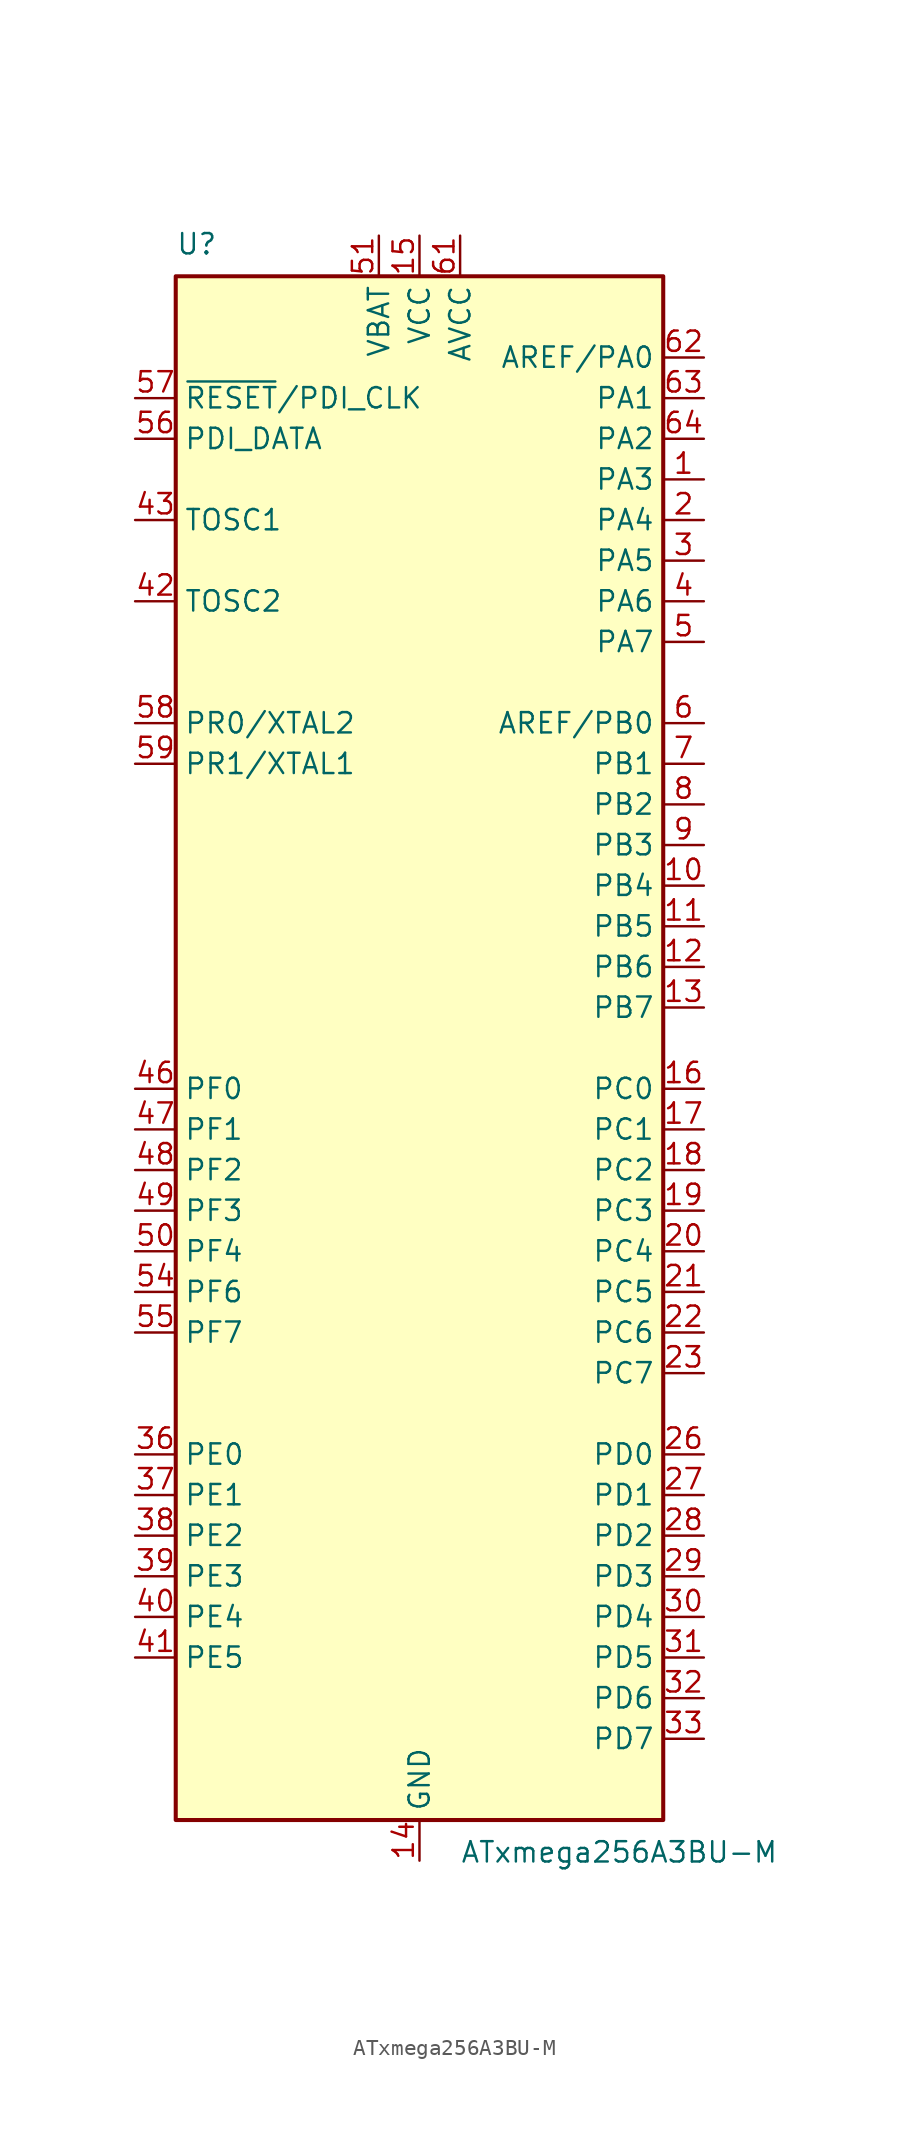
<source format=kicad_sym>
(kicad_symbol_lib
  (version 20241209)
  (generator "kicad_symbol_editor")
  (generator_version "9.0")
  (symbol "ATxmega256A3BU-M"
    (property "Reference" "U"
      (at -15.24 49.53 0)
      (effects (font (size 1.27 1.27)) (justify left bottom)))
    (property "Value" "ATxmega256A3BU-M"
      (at 2.54 -49.53 0)
      (effects (font (size 1.27 1.27)) (justify left top)))
    (symbol "ATxmega256A3BU-M_0_1"
      (rectangle (start -15.24 -48.26) (end 15.24 48.26) (stroke (width 0.254) (type default)) (fill (type background))))
    (symbol "ATxmega256A3BU-M_1_1"
      (pin input line (at -17.78 40.64 0) (length 2.54) (name "~{RESET}/PDI_CLK" (effects (font (size 1.27 1.27)))) (number "57" (effects (font (size 1.27 1.27)))))
      (pin bidirectional line (at -17.78 38.1 0) (length 2.54) (name "PDI_DATA" (effects (font (size 1.27 1.27)))) (number "56" (effects (font (size 1.27 1.27)))))
      (pin input line (at -17.78 33.02 0) (length 2.54) (name "TOSC1" (effects (font (size 1.27 1.27)))) (number "43" (effects (font (size 1.27 1.27)))))
      (pin passive line (at -17.78 27.94 0) (length 2.54) (name "TOSC2" (effects (font (size 1.27 1.27)))) (number "42" (effects (font (size 1.27 1.27)))))
      (pin bidirectional line (at -17.78 20.32 0) (length 2.54) (name "PR0/XTAL2" (effects (font (size 1.27 1.27)))) (number "58" (effects (font (size 1.27 1.27)))))
      (pin bidirectional line (at -17.78 17.78 0) (length 2.54) (name "PR1/XTAL1" (effects (font (size 1.27 1.27)))) (number "59" (effects (font (size 1.27 1.27)))))
      (pin bidirectional line (at -17.78 -2.54 0) (length 2.54) (name "PF0" (effects (font (size 1.27 1.27)))) (number "46" (effects (font (size 1.27 1.27)))))
      (pin bidirectional line (at -17.78 -5.08 0) (length 2.54) (name "PF1" (effects (font (size 1.27 1.27)))) (number "47" (effects (font (size 1.27 1.27)))))
      (pin bidirectional line (at -17.78 -7.62 0) (length 2.54) (name "PF2" (effects (font (size 1.27 1.27)))) (number "48" (effects (font (size 1.27 1.27)))))
      (pin bidirectional line (at -17.78 -10.16 0) (length 2.54) (name "PF3" (effects (font (size 1.27 1.27)))) (number "49" (effects (font (size 1.27 1.27)))))
      (pin bidirectional line (at -17.78 -12.7 0) (length 2.54) (name "PF4" (effects (font (size 1.27 1.27)))) (number "50" (effects (font (size 1.27 1.27)))))
      (pin bidirectional line (at -17.78 -15.24 0) (length 2.54) (name "PF6" (effects (font (size 1.27 1.27)))) (number "54" (effects (font (size 1.27 1.27)))))
      (pin bidirectional line (at -17.78 -17.78 0) (length 2.54) (name "PF7" (effects (font (size 1.27 1.27)))) (number "55" (effects (font (size 1.27 1.27)))))
      (pin bidirectional line (at -17.78 -25.4 0) (length 2.54) (name "PE0" (effects (font (size 1.27 1.27)))) (number "36" (effects (font (size 1.27 1.27)))))
      (pin bidirectional line (at -17.78 -27.94 0) (length 2.54) (name "PE1" (effects (font (size 1.27 1.27)))) (number "37" (effects (font (size 1.27 1.27)))))
      (pin bidirectional line (at -17.78 -30.48 0) (length 2.54) (name "PE2" (effects (font (size 1.27 1.27)))) (number "38" (effects (font (size 1.27 1.27)))))
      (pin bidirectional line (at -17.78 -33.02 0) (length 2.54) (name "PE3" (effects (font (size 1.27 1.27)))) (number "39" (effects (font (size 1.27 1.27)))))
      (pin bidirectional line (at -17.78 -35.56 0) (length 2.54) (name "PE4" (effects (font (size 1.27 1.27)))) (number "40" (effects (font (size 1.27 1.27)))))
      (pin bidirectional line (at -17.78 -38.1 0) (length 2.54) (name "PE5" (effects (font (size 1.27 1.27)))) (number "41" (effects (font (size 1.27 1.27)))))
      (pin power_in line (at -2.54 50.8 270) (length 2.54) (name "VBAT" (effects (font (size 1.27 1.27)))) (number "51" (effects (font (size 1.27 1.27)))))
      (pin power_in line (at 0 50.8 270) (length 2.54) (name "VCC" (effects (font (size 1.27 1.27)))) (number "15" (effects (font (size 1.27 1.27)))))
      (pin passive line (at 0 50.8 270) (length 2.54) (hide yes) (name "VCC" (effects (font (size 1.27 1.27)))) (number "25" (effects (font (size 1.27 1.27)))))
      (pin passive line (at 0 50.8 270) (length 2.54) (hide yes) (name "VCC" (effects (font (size 1.27 1.27)))) (number "35" (effects (font (size 1.27 1.27)))))
      (pin passive line (at 0 50.8 270) (length 2.54) (hide yes) (name "VCC" (effects (font (size 1.27 1.27)))) (number "45" (effects (font (size 1.27 1.27)))))
      (pin passive line (at 0 50.8 270) (length 2.54) (hide yes) (name "VCC" (effects (font (size 1.27 1.27)))) (number "53" (effects (font (size 1.27 1.27)))))
      (pin power_in line (at 0 -50.8 90) (length 2.54) (name "GND" (effects (font (size 1.27 1.27)))) (number "14" (effects (font (size 1.27 1.27)))))
      (pin passive line (at 0 -50.8 90) (length 2.54) (hide yes) (name "GND" (effects (font (size 1.27 1.27)))) (number "24" (effects (font (size 1.27 1.27)))))
      (pin passive line (at 0 -50.8 90) (length 2.54) (hide yes) (name "GND" (effects (font (size 1.27 1.27)))) (number "34" (effects (font (size 1.27 1.27)))))
      (pin passive line (at 0 -50.8 90) (length 2.54) (hide yes) (name "GND" (effects (font (size 1.27 1.27)))) (number "44" (effects (font (size 1.27 1.27)))))
      (pin passive line (at 0 -50.8 90) (length 2.54) (hide yes) (name "GND" (effects (font (size 1.27 1.27)))) (number "52" (effects (font (size 1.27 1.27)))))
      (pin passive line (at 0 -50.8 90) (length 2.54) (hide yes) (name "GND" (effects (font (size 1.27 1.27)))) (number "60" (effects (font (size 1.27 1.27)))))
      (pin passive line (at 0 -50.8 90) (length 2.54) (hide yes) (name "GND" (effects (font (size 1.27 1.27)))) (number "65" (effects (font (size 1.27 1.27)))))
      (pin power_in line (at 2.54 50.8 270) (length 2.54) (name "AVCC" (effects (font (size 1.27 1.27)))) (number "61" (effects (font (size 1.27 1.27)))))
      (pin bidirectional line (at 17.78 43.18 180) (length 2.54) (name "AREF/PA0" (effects (font (size 1.27 1.27)))) (number "62" (effects (font (size 1.27 1.27)))))
      (pin bidirectional line (at 17.78 40.64 180) (length 2.54) (name "PA1" (effects (font (size 1.27 1.27)))) (number "63" (effects (font (size 1.27 1.27)))))
      (pin bidirectional line (at 17.78 38.1 180) (length 2.54) (name "PA2" (effects (font (size 1.27 1.27)))) (number "64" (effects (font (size 1.27 1.27)))))
      (pin bidirectional line (at 17.78 35.56 180) (length 2.54) (name "PA3" (effects (font (size 1.27 1.27)))) (number "1" (effects (font (size 1.27 1.27)))))
      (pin bidirectional line (at 17.78 33.02 180) (length 2.54) (name "PA4" (effects (font (size 1.27 1.27)))) (number "2" (effects (font (size 1.27 1.27)))))
      (pin bidirectional line (at 17.78 30.48 180) (length 2.54) (name "PA5" (effects (font (size 1.27 1.27)))) (number "3" (effects (font (size 1.27 1.27)))))
      (pin bidirectional line (at 17.78 27.94 180) (length 2.54) (name "PA6" (effects (font (size 1.27 1.27)))) (number "4" (effects (font (size 1.27 1.27)))))
      (pin bidirectional line (at 17.78 25.4 180) (length 2.54) (name "PA7" (effects (font (size 1.27 1.27)))) (number "5" (effects (font (size 1.27 1.27)))))
      (pin bidirectional line (at 17.78 20.32 180) (length 2.54) (name "AREF/PB0" (effects (font (size 1.27 1.27)))) (number "6" (effects (font (size 1.27 1.27)))))
      (pin bidirectional line (at 17.78 17.78 180) (length 2.54) (name "PB1" (effects (font (size 1.27 1.27)))) (number "7" (effects (font (size 1.27 1.27)))))
      (pin bidirectional line (at 17.78 15.24 180) (length 2.54) (name "PB2" (effects (font (size 1.27 1.27)))) (number "8" (effects (font (size 1.27 1.27)))))
      (pin bidirectional line (at 17.78 12.7 180) (length 2.54) (name "PB3" (effects (font (size 1.27 1.27)))) (number "9" (effects (font (size 1.27 1.27)))))
      (pin bidirectional line (at 17.78 10.16 180) (length 2.54) (name "PB4" (effects (font (size 1.27 1.27)))) (number "10" (effects (font (size 1.27 1.27)))))
      (pin bidirectional line (at 17.78 7.62 180) (length 2.54) (name "PB5" (effects (font (size 1.27 1.27)))) (number "11" (effects (font (size 1.27 1.27)))))
      (pin bidirectional line (at 17.78 5.08 180) (length 2.54) (name "PB6" (effects (font (size 1.27 1.27)))) (number "12" (effects (font (size 1.27 1.27)))))
      (pin bidirectional line (at 17.78 2.54 180) (length 2.54) (name "PB7" (effects (font (size 1.27 1.27)))) (number "13" (effects (font (size 1.27 1.27)))))
      (pin bidirectional line (at 17.78 -2.54 180) (length 2.54) (name "PC0" (effects (font (size 1.27 1.27)))) (number "16" (effects (font (size 1.27 1.27)))))
      (pin bidirectional line (at 17.78 -5.08 180) (length 2.54) (name "PC1" (effects (font (size 1.27 1.27)))) (number "17" (effects (font (size 1.27 1.27)))))
      (pin bidirectional line (at 17.78 -7.62 180) (length 2.54) (name "PC2" (effects (font (size 1.27 1.27)))) (number "18" (effects (font (size 1.27 1.27)))))
      (pin bidirectional line (at 17.78 -10.16 180) (length 2.54) (name "PC3" (effects (font (size 1.27 1.27)))) (number "19" (effects (font (size 1.27 1.27)))))
      (pin bidirectional line (at 17.78 -12.7 180) (length 2.54) (name "PC4" (effects (font (size 1.27 1.27)))) (number "20" (effects (font (size 1.27 1.27)))))
      (pin bidirectional line (at 17.78 -15.24 180) (length 2.54) (name "PC5" (effects (font (size 1.27 1.27)))) (number "21" (effects (font (size 1.27 1.27)))))
      (pin bidirectional line (at 17.78 -17.78 180) (length 2.54) (name "PC6" (effects (font (size 1.27 1.27)))) (number "22" (effects (font (size 1.27 1.27)))))
      (pin bidirectional line (at 17.78 -20.32 180) (length 2.54) (name "PC7" (effects (font (size 1.27 1.27)))) (number "23" (effects (font (size 1.27 1.27)))))
      (pin bidirectional line (at 17.78 -25.4 180) (length 2.54) (name "PD0" (effects (font (size 1.27 1.27)))) (number "26" (effects (font (size 1.27 1.27)))))
      (pin bidirectional line (at 17.78 -27.94 180) (length 2.54) (name "PD1" (effects (font (size 1.27 1.27)))) (number "27" (effects (font (size 1.27 1.27)))))
      (pin bidirectional line (at 17.78 -30.48 180) (length 2.54) (name "PD2" (effects (font (size 1.27 1.27)))) (number "28" (effects (font (size 1.27 1.27)))))
      (pin bidirectional line (at 17.78 -33.02 180) (length 2.54) (name "PD3" (effects (font (size 1.27 1.27)))) (number "29" (effects (font (size 1.27 1.27)))))
      (pin bidirectional line (at 17.78 -35.56 180) (length 2.54) (name "PD4" (effects (font (size 1.27 1.27)))) (number "30" (effects (font (size 1.27 1.27)))))
      (pin bidirectional line (at 17.78 -38.1 180) (length 2.54) (name "PD5" (effects (font (size 1.27 1.27)))) (number "31" (effects (font (size 1.27 1.27)))))
      (pin bidirectional line (at 17.78 -40.64 180) (length 2.54) (name "PD6" (effects (font (size 1.27 1.27)))) (number "32" (effects (font (size 1.27 1.27)))))
      (pin bidirectional line (at 17.78 -43.18 180) (length 2.54) (name "PD7" (effects (font (size 1.27 1.27)))) (number "33" (effects (font (size 1.27 1.27))))))))
</source>
